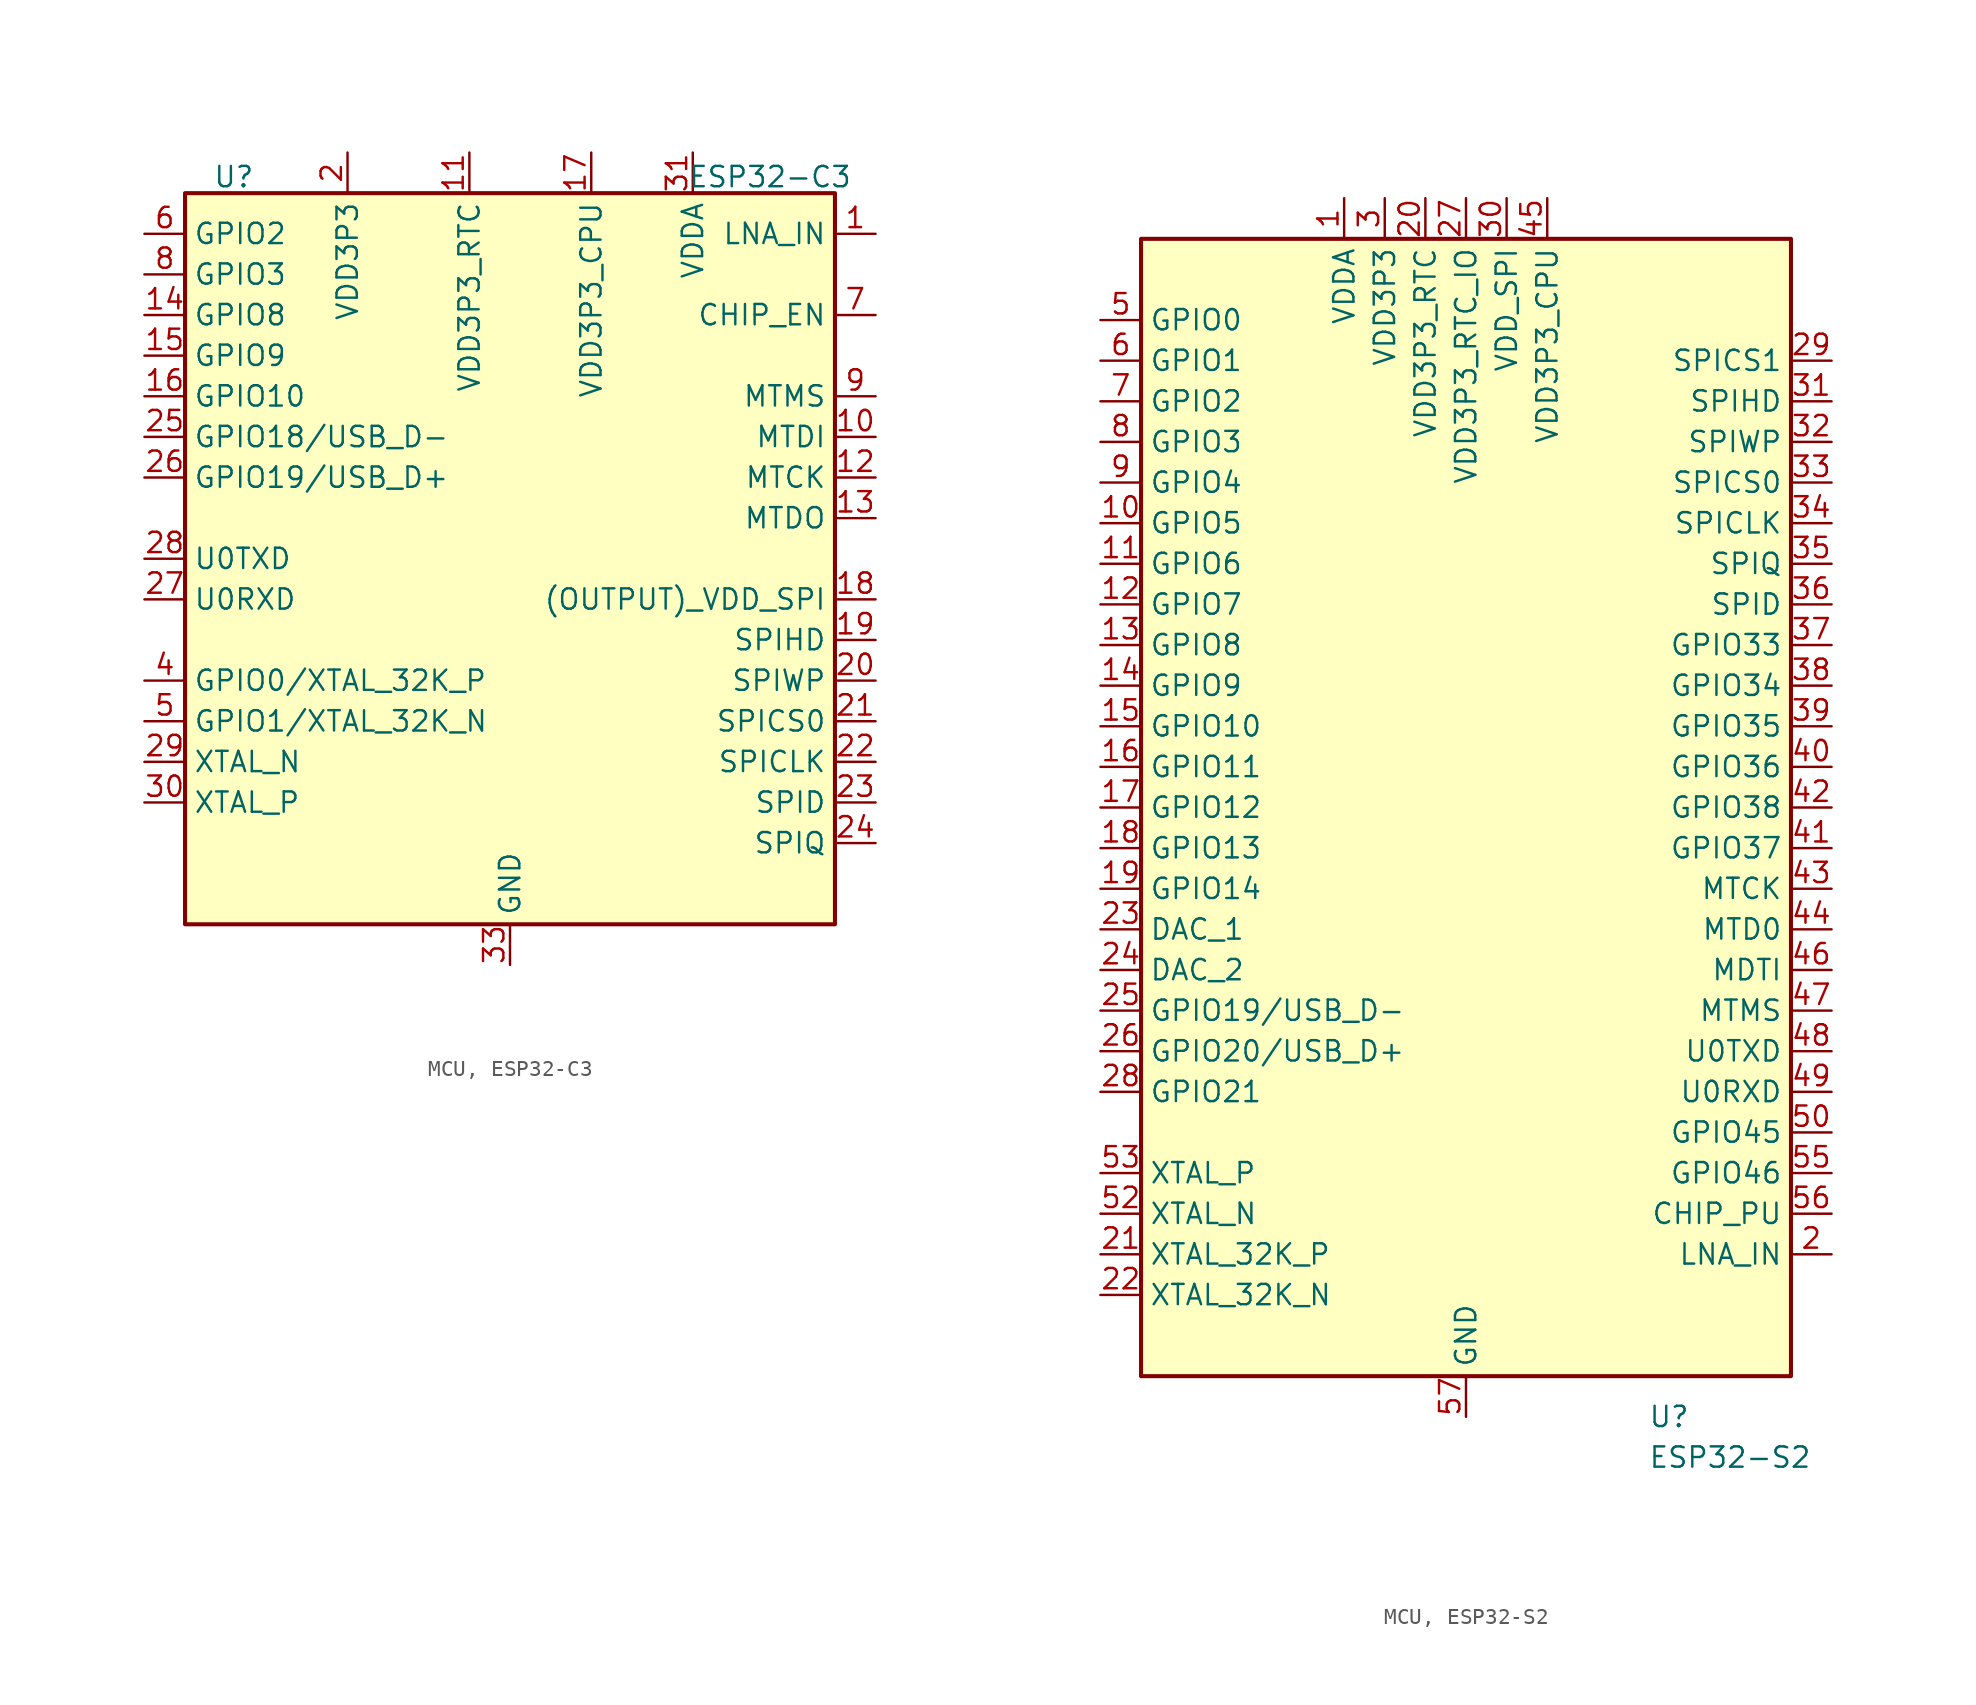
<source format=kicad_sym>
(kicad_symbol_lib
  (version 20231120)
  (generator "kicad_symbol_editor")
  (generator_version "8.0")
  (symbol "MCU, ESP32-C3"
    (property "Reference" "U"
      (at -17.272 23.876 0)
      (effects (font (size 1.27 1.27))))
    (property "Value" "ESP32-C3"
      (at 16.256 23.876 0)
      (effects (font (size 1.27 1.27))))
    (symbol "MCU, ESP32-C3_1_1"
      (rectangle (start -20.32 22.86) (end 20.32 -22.86) (stroke (width 0.254) (type default)) (fill (type background)))
      (pin bidirectional line (at 22.86 20.32 180) (length 2.54) (name "LNA_IN" (effects (font (size 1.27 1.27)))) (number "1" (effects (font (size 1.27 1.27)))))
      (pin bidirectional line (at 22.86 7.62 180) (length 2.54) (name "MTDI" (effects (font (size 1.27 1.27)))) (number "10" (effects (font (size 1.27 1.27)))))
      (pin power_in line (at -2.54 25.4 270) (length 2.54) (name "VDD3P3_RTC" (effects (font (size 1.27 1.27)))) (number "11" (effects (font (size 1.27 1.27)))))
      (pin bidirectional line (at 22.86 5.08 180) (length 2.54) (name "MTCK" (effects (font (size 1.27 1.27)))) (number "12" (effects (font (size 1.27 1.27)))))
      (pin bidirectional line (at 22.86 2.54 180) (length 2.54) (name "MTDO" (effects (font (size 1.27 1.27)))) (number "13" (effects (font (size 1.27 1.27)))))
      (pin bidirectional line (at -22.86 15.24 0) (length 2.54) (name "GPIO8" (effects (font (size 1.27 1.27)))) (number "14" (effects (font (size 1.27 1.27)))))
      (pin bidirectional line (at -22.86 12.7 0) (length 2.54) (name "GPIO9" (effects (font (size 1.27 1.27)))) (number "15" (effects (font (size 1.27 1.27)))))
      (pin bidirectional line (at -22.86 10.16 0) (length 2.54) (name "GPIO10" (effects (font (size 1.27 1.27)))) (number "16" (effects (font (size 1.27 1.27)))))
      (pin power_in line (at 5.08 25.4 270) (length 2.54) (name "VDD3P3_CPU" (effects (font (size 1.27 1.27)))) (number "17" (effects (font (size 1.27 1.27)))))
      (pin power_out line (at 22.86 -2.54 180) (length 2.54) (name "(OUTPUT)_VDD_SPI" (effects (font (size 1.27 1.27)))) (number "18" (effects (font (size 1.27 1.27)))))
      (pin bidirectional line (at 22.86 -5.08 180) (length 2.54) (name "SPIHD" (effects (font (size 1.27 1.27)))) (number "19" (effects (font (size 1.27 1.27)))))
      (pin power_in line (at -10.16 25.4 270) (length 2.54) (name "VDD3P3" (effects (font (size 1.27 1.27)))) (number "2" (effects (font (size 1.27 1.27)))))
      (pin bidirectional line (at 22.86 -7.62 180) (length 2.54) (name "SPIWP" (effects (font (size 1.27 1.27)))) (number "20" (effects (font (size 1.27 1.27)))))
      (pin bidirectional line (at 22.86 -10.16 180) (length 2.54) (name "SPICS0" (effects (font (size 1.27 1.27)))) (number "21" (effects (font (size 1.27 1.27)))))
      (pin bidirectional line (at 22.86 -12.7 180) (length 2.54) (name "SPICLK" (effects (font (size 1.27 1.27)))) (number "22" (effects (font (size 1.27 1.27)))))
      (pin bidirectional line (at 22.86 -15.24 180) (length 2.54) (name "SPID" (effects (font (size 1.27 1.27)))) (number "23" (effects (font (size 1.27 1.27)))))
      (pin bidirectional line (at 22.86 -17.78 180) (length 2.54) (name "SPIQ" (effects (font (size 1.27 1.27)))) (number "24" (effects (font (size 1.27 1.27)))))
      (pin bidirectional line (at -22.86 7.62 0) (length 2.54) (name "GPIO18/USB_D-" (effects (font (size 1.27 1.27)))) (number "25" (effects (font (size 1.27 1.27)))))
      (pin bidirectional line (at -22.86 5.08 0) (length 2.54) (name "GPIO19/USB_D+" (effects (font (size 1.27 1.27)))) (number "26" (effects (font (size 1.27 1.27)))))
      (pin bidirectional line (at -22.86 -2.54 0) (length 2.54) (name "U0RXD" (effects (font (size 1.27 1.27)))) (number "27" (effects (font (size 1.27 1.27)))))
      (pin bidirectional line (at -22.86 0 0) (length 2.54) (name "U0TXD" (effects (font (size 1.27 1.27)))) (number "28" (effects (font (size 1.27 1.27)))))
      (pin bidirectional line (at -22.86 -12.7 0) (length 2.54) (name "XTAL_N" (effects (font (size 1.27 1.27)))) (number "29" (effects (font (size 1.27 1.27)))))
      (pin passive line (at -10.16 25.4 270) (length 2.54) hide (name "VDD3P3" (effects (font (size 1.27 1.27)))) (number "3" (effects (font (size 1.27 1.27)))))
      (pin bidirectional line (at -22.86 -15.24 0) (length 2.54) (name "XTAL_P" (effects (font (size 1.27 1.27)))) (number "30" (effects (font (size 1.27 1.27)))))
      (pin power_in line (at 11.43 25.4 270) (length 2.54) (name "VDDA" (effects (font (size 1.27 1.27)))) (number "31" (effects (font (size 1.27 1.27)))))
      (pin passive line (at 11.43 25.4 270) (length 2.54) hide (name "VDDA" (effects (font (size 1.27 1.27)))) (number "32" (effects (font (size 1.27 1.27)))))
      (pin power_in line (at 0 -25.4 90) (length 2.54) (name "GND" (effects (font (size 1.27 1.27)))) (number "33" (effects (font (size 1.27 1.27)))))
      (pin bidirectional line (at -22.86 -7.62 0) (length 2.54) (name "GPIO0/XTAL_32K_P" (effects (font (size 1.27 1.27)))) (number "4" (effects (font (size 1.27 1.27)))))
      (pin bidirectional line (at -22.86 -10.16 0) (length 2.54) (name "GPIO1/XTAL_32K_N" (effects (font (size 1.27 1.27)))) (number "5" (effects (font (size 1.27 1.27)))))
      (pin bidirectional line (at -22.86 20.32 0) (length 2.54) (name "GPIO2" (effects (font (size 1.27 1.27)))) (number "6" (effects (font (size 1.27 1.27)))))
      (pin bidirectional line (at 22.86 15.24 180) (length 2.54) (name "CHIP_EN" (effects (font (size 1.27 1.27)))) (number "7" (effects (font (size 1.27 1.27)))))
      (pin bidirectional line (at -22.86 17.78 0) (length 2.54) (name "GPIO3" (effects (font (size 1.27 1.27)))) (number "8" (effects (font (size 1.27 1.27)))))
      (pin bidirectional line (at 22.86 10.16 180) (length 2.54) (name "MTMS" (effects (font (size 1.27 1.27)))) (number "9" (effects (font (size 1.27 1.27)))))))
  (symbol "MCU, ESP32-S2"
    (property "Reference" "U"
      (at 12.7 -38.1 0)
      (effects (font (size 1.27 1.27))))
    (property "Value" "ESP32-S2"
      (at 16.51 -40.64 0)
      (effects (font (size 1.27 1.27))))
    (symbol "MCU, ESP32-S2_0_1"
      (rectangle (start -20.32 35.56) (end 20.32 -35.56) (stroke (width 0.254) (type default)) (fill (type background))))
    (symbol "MCU, ESP32-S2_1_1"
      (pin power_in line (at -7.62 38.1 270) (length 2.54) (name "VDDA" (effects (font (size 1.27 1.27)))) (number "1" (effects (font (size 1.27 1.27)))))
      (pin bidirectional line (at -22.86 17.78 0) (length 2.54) (name "GPIO5" (effects (font (size 1.27 1.27)))) (number "10" (effects (font (size 1.27 1.27)))))
      (pin bidirectional line (at -22.86 15.24 0) (length 2.54) (name "GPIO6" (effects (font (size 1.27 1.27)))) (number "11" (effects (font (size 1.27 1.27)))))
      (pin bidirectional line (at -22.86 12.7 0) (length 2.54) (name "GPIO7" (effects (font (size 1.27 1.27)))) (number "12" (effects (font (size 1.27 1.27)))))
      (pin bidirectional line (at -22.86 10.16 0) (length 2.54) (name "GPIO8" (effects (font (size 1.27 1.27)))) (number "13" (effects (font (size 1.27 1.27)))))
      (pin bidirectional line (at -22.86 7.62 0) (length 2.54) (name "GPIO9" (effects (font (size 1.27 1.27)))) (number "14" (effects (font (size 1.27 1.27)))))
      (pin bidirectional line (at -22.86 5.08 0) (length 2.54) (name "GPIO10" (effects (font (size 1.27 1.27)))) (number "15" (effects (font (size 1.27 1.27)))))
      (pin bidirectional line (at -22.86 2.54 0) (length 2.54) (name "GPIO11" (effects (font (size 1.27 1.27)))) (number "16" (effects (font (size 1.27 1.27)))))
      (pin bidirectional line (at -22.86 0 0) (length 2.54) (name "GPIO12" (effects (font (size 1.27 1.27)))) (number "17" (effects (font (size 1.27 1.27)))))
      (pin bidirectional line (at -22.86 -2.54 0) (length 2.54) (name "GPIO13" (effects (font (size 1.27 1.27)))) (number "18" (effects (font (size 1.27 1.27)))))
      (pin bidirectional line (at -22.86 -5.08 0) (length 2.54) (name "GPIO14" (effects (font (size 1.27 1.27)))) (number "19" (effects (font (size 1.27 1.27)))))
      (pin bidirectional line (at 22.86 -27.94 180) (length 2.54) (name "LNA_IN" (effects (font (size 1.27 1.27)))) (number "2" (effects (font (size 1.27 1.27)))))
      (pin power_in line (at -2.54 38.1 270) (length 2.54) (name "VDD3P3_RTC" (effects (font (size 1.27 1.27)))) (number "20" (effects (font (size 1.27 1.27)))))
      (pin passive line (at -22.86 -27.94 0) (length 2.54) (name "XTAL_32K_P" (effects (font (size 1.27 1.27)))) (number "21" (effects (font (size 1.27 1.27)))))
      (pin passive line (at -22.86 -30.48 0) (length 2.54) (name "XTAL_32K_N" (effects (font (size 1.27 1.27)))) (number "22" (effects (font (size 1.27 1.27)))))
      (pin bidirectional line (at -22.86 -7.62 0) (length 2.54) (name "DAC_1" (effects (font (size 1.27 1.27)))) (number "23" (effects (font (size 1.27 1.27)))))
      (pin bidirectional line (at -22.86 -10.16 0) (length 2.54) (name "DAC_2" (effects (font (size 1.27 1.27)))) (number "24" (effects (font (size 1.27 1.27)))))
      (pin bidirectional line (at -22.86 -12.7 0) (length 2.54) (name "GPIO19/USB_D-" (effects (font (size 1.27 1.27)))) (number "25" (effects (font (size 1.27 1.27)))))
      (pin bidirectional line (at -22.86 -15.24 0) (length 2.54) (name "GPIO20/USB_D+" (effects (font (size 1.27 1.27)))) (number "26" (effects (font (size 1.27 1.27)))))
      (pin power_in line (at 0 38.1 270) (length 2.54) (name "VDD3P3_RTC_IO" (effects (font (size 1.27 1.27)))) (number "27" (effects (font (size 1.27 1.27)))))
      (pin bidirectional line (at -22.86 -17.78 0) (length 2.54) (name "GPIO21" (effects (font (size 1.27 1.27)))) (number "28" (effects (font (size 1.27 1.27)))))
      (pin bidirectional line (at 22.86 27.94 180) (length 2.54) (name "SPICS1" (effects (font (size 1.27 1.27)))) (number "29" (effects (font (size 1.27 1.27)))))
      (pin power_in line (at -5.08 38.1 270) (length 2.54) (name "VDD3P3" (effects (font (size 1.27 1.27)))) (number "3" (effects (font (size 1.27 1.27)))))
      (pin power_out line (at 2.54 38.1 270) (length 2.54) (name "VDD_SPI" (effects (font (size 1.27 1.27)))) (number "30" (effects (font (size 1.27 1.27)))))
      (pin bidirectional line (at 22.86 25.4 180) (length 2.54) (name "SPIHD" (effects (font (size 1.27 1.27)))) (number "31" (effects (font (size 1.27 1.27)))))
      (pin bidirectional line (at 22.86 22.86 180) (length 2.54) (name "SPIWP" (effects (font (size 1.27 1.27)))) (number "32" (effects (font (size 1.27 1.27)))))
      (pin bidirectional line (at 22.86 20.32 180) (length 2.54) (name "SPICS0" (effects (font (size 1.27 1.27)))) (number "33" (effects (font (size 1.27 1.27)))))
      (pin bidirectional line (at 22.86 17.78 180) (length 2.54) (name "SPICLK" (effects (font (size 1.27 1.27)))) (number "34" (effects (font (size 1.27 1.27)))))
      (pin bidirectional line (at 22.86 15.24 180) (length 2.54) (name "SPIQ" (effects (font (size 1.27 1.27)))) (number "35" (effects (font (size 1.27 1.27)))))
      (pin bidirectional line (at 22.86 12.7 180) (length 2.54) (name "SPID" (effects (font (size 1.27 1.27)))) (number "36" (effects (font (size 1.27 1.27)))))
      (pin bidirectional line (at 22.86 10.16 180) (length 2.54) (name "GPIO33" (effects (font (size 1.27 1.27)))) (number "37" (effects (font (size 1.27 1.27)))))
      (pin bidirectional line (at 22.86 7.62 180) (length 2.54) (name "GPIO34" (effects (font (size 1.27 1.27)))) (number "38" (effects (font (size 1.27 1.27)))))
      (pin bidirectional line (at 22.86 5.08 180) (length 2.54) (name "GPIO35" (effects (font (size 1.27 1.27)))) (number "39" (effects (font (size 1.27 1.27)))))
      (pin passive line (at -5.08 38.1 270) (length 2.54) hide (name "VDD3P3" (effects (font (size 1.27 1.27)))) (number "4" (effects (font (size 1.27 1.27)))))
      (pin bidirectional line (at 22.86 2.54 180) (length 2.54) (name "GPIO36" (effects (font (size 1.27 1.27)))) (number "40" (effects (font (size 1.27 1.27)))))
      (pin bidirectional line (at 22.86 -2.54 180) (length 2.54) (name "GPIO37" (effects (font (size 1.27 1.27)))) (number "41" (effects (font (size 1.27 1.27)))))
      (pin bidirectional line (at 22.86 0 180) (length 2.54) (name "GPIO38" (effects (font (size 1.27 1.27)))) (number "42" (effects (font (size 1.27 1.27)))))
      (pin bidirectional line (at 22.86 -5.08 180) (length 2.54) (name "MTCK" (effects (font (size 1.27 1.27)))) (number "43" (effects (font (size 1.27 1.27)))))
      (pin bidirectional line (at 22.86 -7.62 180) (length 2.54) (name "MTD0" (effects (font (size 1.27 1.27)))) (number "44" (effects (font (size 1.27 1.27)))))
      (pin power_in line (at 5.08 38.1 270) (length 2.54) (name "VDD3P3_CPU" (effects (font (size 1.27 1.27)))) (number "45" (effects (font (size 1.27 1.27)))))
      (pin bidirectional line (at 22.86 -10.16 180) (length 2.54) (name "MDTI" (effects (font (size 1.27 1.27)))) (number "46" (effects (font (size 1.27 1.27)))))
      (pin bidirectional line (at 22.86 -12.7 180) (length 2.54) (name "MTMS" (effects (font (size 1.27 1.27)))) (number "47" (effects (font (size 1.27 1.27)))))
      (pin bidirectional line (at 22.86 -15.24 180) (length 2.54) (name "U0TXD" (effects (font (size 1.27 1.27)))) (number "48" (effects (font (size 1.27 1.27)))))
      (pin bidirectional line (at 22.86 -17.78 180) (length 2.54) (name "U0RXD" (effects (font (size 1.27 1.27)))) (number "49" (effects (font (size 1.27 1.27)))))
      (pin bidirectional line (at -22.86 30.48 0) (length 2.54) (name "GPIO0" (effects (font (size 1.27 1.27)))) (number "5" (effects (font (size 1.27 1.27)))))
      (pin bidirectional line (at 22.86 -20.32 180) (length 2.54) (name "GPIO45" (effects (font (size 1.27 1.27)))) (number "50" (effects (font (size 1.27 1.27)))))
      (pin passive line (at -7.62 38.1 270) (length 2.54) hide (name "VDDA" (effects (font (size 1.27 1.27)))) (number "51" (effects (font (size 1.27 1.27)))))
      (pin output line (at -22.86 -25.4 0) (length 2.54) (name "XTAL_N" (effects (font (size 1.27 1.27)))) (number "52" (effects (font (size 1.27 1.27)))))
      (pin input line (at -22.86 -22.86 0) (length 2.54) (name "XTAL_P" (effects (font (size 1.27 1.27)))) (number "53" (effects (font (size 1.27 1.27)))))
      (pin passive line (at -7.62 38.1 270) (length 2.54) hide (name "VDDA" (effects (font (size 1.27 1.27)))) (number "54" (effects (font (size 1.27 1.27)))))
      (pin input line (at 22.86 -22.86 180) (length 2.54) (name "GPIO46" (effects (font (size 1.27 1.27)))) (number "55" (effects (font (size 1.27 1.27)))))
      (pin input line (at 22.86 -25.4 180) (length 2.54) (name "CHIP_PU" (effects (font (size 1.27 1.27)))) (number "56" (effects (font (size 1.27 1.27)))))
      (pin power_in line (at 0 -38.1 90) (length 2.54) (name "GND" (effects (font (size 1.27 1.27)))) (number "57" (effects (font (size 1.27 1.27)))))
      (pin bidirectional line (at -22.86 27.94 0) (length 2.54) (name "GPIO1" (effects (font (size 1.27 1.27)))) (number "6" (effects (font (size 1.27 1.27)))))
      (pin bidirectional line (at -22.86 25.4 0) (length 2.54) (name "GPIO2" (effects (font (size 1.27 1.27)))) (number "7" (effects (font (size 1.27 1.27)))))
      (pin bidirectional line (at -22.86 22.86 0) (length 2.54) (name "GPIO3" (effects (font (size 1.27 1.27)))) (number "8" (effects (font (size 1.27 1.27)))))
      (pin bidirectional line (at -22.86 20.32 0) (length 2.54) (name "GPIO4" (effects (font (size 1.27 1.27)))) (number "9" (effects (font (size 1.27 1.27))))))))
</source>
